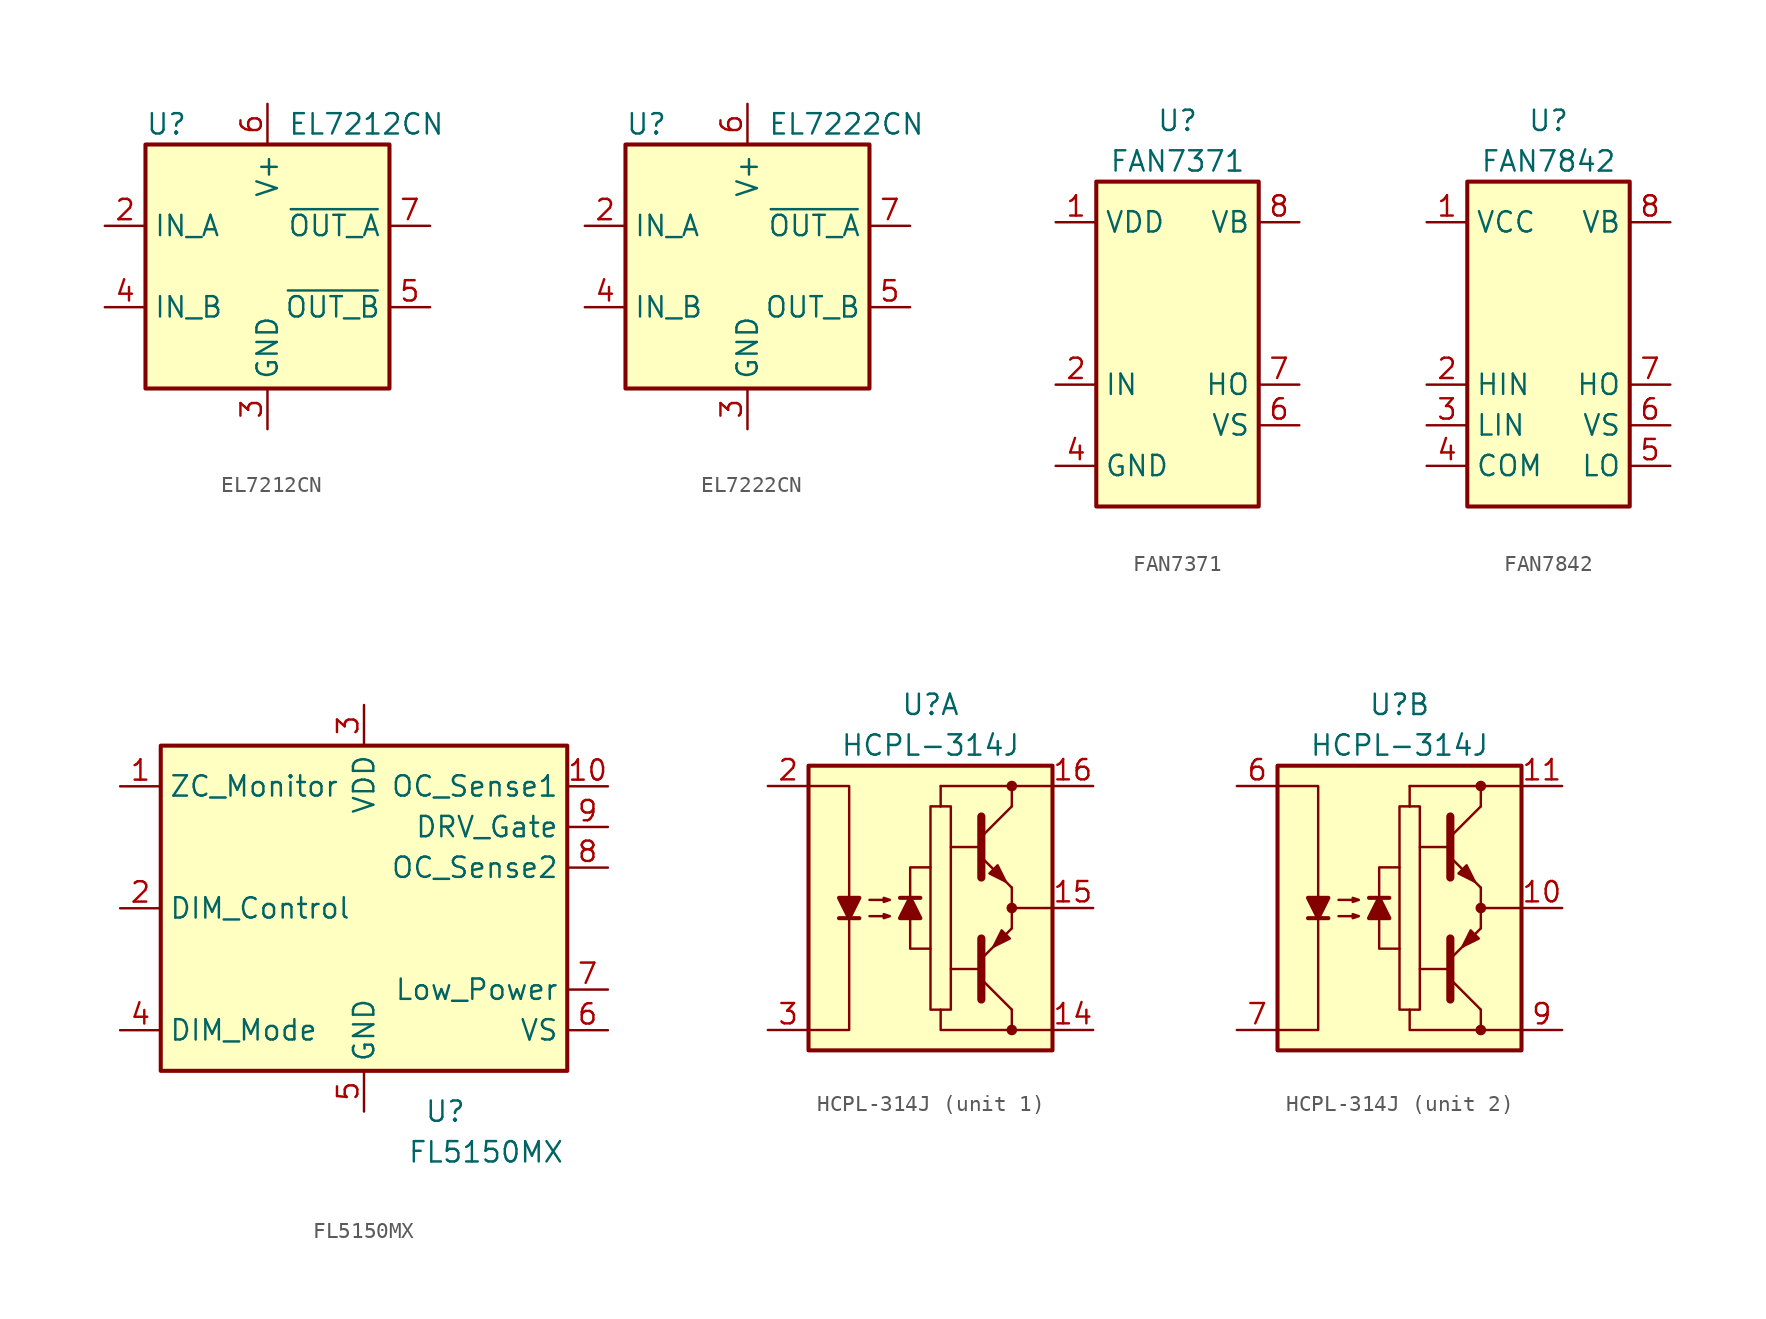
<source format=kicad_sym>
(kicad_symbol_lib
  (version 20211014)
  (generator kicad_symbol_editor)
  (symbol "EL7212CN"
    (property "Reference" "U"
      (at -7.62 8.89 0)
      (effects (font (size 1.27 1.27)) (justify left)))
    (property "Value" "EL7212CN"
      (at 1.27 8.89 0)
      (effects (font (size 1.27 1.27)) (justify left)))
    (symbol "EL7212CN_0_1"
      (rectangle (start -7.62 -7.62) (end 7.62 7.62) (stroke (width 0.254) (type default) (color 0 0 0 0)) (fill (type background))))
    (symbol "EL7212CN_1_1"
      (pin no_connect line (at -7.62 0 0) (length 2.54) hide (name "NC" (effects (font (size 1.27 1.27)))) (number "1" (effects (font (size 1.27 1.27)))))
      (pin input line (at -10.16 2.54 0) (length 2.54) (name "IN_A" (effects (font (size 1.27 1.27)))) (number "2" (effects (font (size 1.27 1.27)))))
      (pin power_in line (at 0 -10.16 90) (length 2.54) (name "GND" (effects (font (size 1.27 1.27)))) (number "3" (effects (font (size 1.27 1.27)))))
      (pin input line (at -10.16 -2.54 0) (length 2.54) (name "IN_B" (effects (font (size 1.27 1.27)))) (number "4" (effects (font (size 1.27 1.27)))))
      (pin output line (at 10.16 -2.54 180) (length 2.54) (name "~{OUT_B}" (effects (font (size 1.27 1.27)))) (number "5" (effects (font (size 1.27 1.27)))))
      (pin power_in line (at 0 10.16 270) (length 2.54) (name "V+" (effects (font (size 1.27 1.27)))) (number "6" (effects (font (size 1.27 1.27)))))
      (pin output line (at 10.16 2.54 180) (length 2.54) (name "~{OUT_A}" (effects (font (size 1.27 1.27)))) (number "7" (effects (font (size 1.27 1.27)))))
      (pin no_connect line (at 7.62 0 180) (length 2.54) hide (name "NC" (effects (font (size 1.27 1.27)))) (number "8" (effects (font (size 1.27 1.27)))))))
  (symbol "EL7222CN"
    (property "Reference" "U"
      (at -7.62 8.89 0)
      (effects (font (size 1.27 1.27)) (justify left)))
    (property "Value" "EL7222CN"
      (at 1.27 8.89 0)
      (effects (font (size 1.27 1.27)) (justify left)))
    (symbol "EL7222CN_0_1"
      (rectangle (start -7.62 -7.62) (end 7.62 7.62) (stroke (width 0.254) (type default) (color 0 0 0 0)) (fill (type background))))
    (symbol "EL7222CN_1_1"
      (pin no_connect line (at -7.62 0 0) (length 2.54) hide (name "NC" (effects (font (size 1.27 1.27)))) (number "1" (effects (font (size 1.27 1.27)))))
      (pin input line (at -10.16 2.54 0) (length 2.54) (name "IN_A" (effects (font (size 1.27 1.27)))) (number "2" (effects (font (size 1.27 1.27)))))
      (pin power_in line (at 0 -10.16 90) (length 2.54) (name "GND" (effects (font (size 1.27 1.27)))) (number "3" (effects (font (size 1.27 1.27)))))
      (pin input line (at -10.16 -2.54 0) (length 2.54) (name "IN_B" (effects (font (size 1.27 1.27)))) (number "4" (effects (font (size 1.27 1.27)))))
      (pin output line (at 10.16 -2.54 180) (length 2.54) (name "OUT_B" (effects (font (size 1.27 1.27)))) (number "5" (effects (font (size 1.27 1.27)))))
      (pin power_in line (at 0 10.16 270) (length 2.54) (name "V+" (effects (font (size 1.27 1.27)))) (number "6" (effects (font (size 1.27 1.27)))))
      (pin output line (at 10.16 2.54 180) (length 2.54) (name "~{OUT_A}" (effects (font (size 1.27 1.27)))) (number "7" (effects (font (size 1.27 1.27)))))
      (pin no_connect line (at 7.62 0 180) (length 2.54) hide (name "NC" (effects (font (size 1.27 1.27)))) (number "8" (effects (font (size 1.27 1.27)))))))
  (symbol "FAN7371"
    (property "Reference" "U"
      (at 0 13.97 0)
      (effects (font (size 1.27 1.27))))
    (property "Value" "FAN7371"
      (at 0 11.43 0)
      (effects (font (size 1.27 1.27))))
    (symbol "FAN7371_0_1"
      (rectangle (start -5.08 10.16) (end 5.08 -10.16) (stroke (width 0.254) (type default) (color 0 0 0 0)) (fill (type background))))
    (symbol "FAN7371_1_1"
      (pin power_in line (at -7.62 7.62 0) (length 2.54) (name "VDD" (effects (font (size 1.27 1.27)))) (number "1" (effects (font (size 1.27 1.27)))))
      (pin input line (at -7.62 -2.54 0) (length 2.54) (name "IN" (effects (font (size 1.27 1.27)))) (number "2" (effects (font (size 1.27 1.27)))))
      (pin no_connect line (at -5.08 -5.08 0) (length 2.54) hide (name "NC" (effects (font (size 1.27 1.27)))) (number "3" (effects (font (size 1.27 1.27)))))
      (pin power_in line (at -7.62 -7.62 0) (length 2.54) (name "GND" (effects (font (size 1.27 1.27)))) (number "4" (effects (font (size 1.27 1.27)))))
      (pin no_connect line (at 5.08 -7.62 180) (length 2.54) hide (name "NC" (effects (font (size 1.27 1.27)))) (number "5" (effects (font (size 1.27 1.27)))))
      (pin passive line (at 7.62 -5.08 180) (length 2.54) (name "VS" (effects (font (size 1.27 1.27)))) (number "6" (effects (font (size 1.27 1.27)))))
      (pin output line (at 7.62 -2.54 180) (length 2.54) (name "HO" (effects (font (size 1.27 1.27)))) (number "7" (effects (font (size 1.27 1.27)))))
      (pin passive line (at 7.62 7.62 180) (length 2.54) (name "VB" (effects (font (size 1.27 1.27)))) (number "8" (effects (font (size 1.27 1.27)))))))
  (symbol "FAN7842"
    (property "Reference" "U"
      (at 0 13.97 0)
      (effects (font (size 1.27 1.27))))
    (property "Value" "FAN7842"
      (at 0 11.43 0)
      (effects (font (size 1.27 1.27))))
    (symbol "FAN7842_0_1"
      (rectangle (start -5.08 10.16) (end 5.08 -10.16) (stroke (width 0.254) (type default) (color 0 0 0 0)) (fill (type background))))
    (symbol "FAN7842_1_1"
      (pin power_in line (at -7.62 7.62 0) (length 2.54) (name "VCC" (effects (font (size 1.27 1.27)))) (number "1" (effects (font (size 1.27 1.27)))))
      (pin input line (at -7.62 -2.54 0) (length 2.54) (name "HIN" (effects (font (size 1.27 1.27)))) (number "2" (effects (font (size 1.27 1.27)))))
      (pin input line (at -7.62 -5.08 0) (length 2.54) (name "LIN" (effects (font (size 1.27 1.27)))) (number "3" (effects (font (size 1.27 1.27)))))
      (pin power_in line (at -7.62 -7.62 0) (length 2.54) (name "COM" (effects (font (size 1.27 1.27)))) (number "4" (effects (font (size 1.27 1.27)))))
      (pin output line (at 7.62 -7.62 180) (length 2.54) (name "LO" (effects (font (size 1.27 1.27)))) (number "5" (effects (font (size 1.27 1.27)))))
      (pin passive line (at 7.62 -5.08 180) (length 2.54) (name "VS" (effects (font (size 1.27 1.27)))) (number "6" (effects (font (size 1.27 1.27)))))
      (pin output line (at 7.62 -2.54 180) (length 2.54) (name "HO" (effects (font (size 1.27 1.27)))) (number "7" (effects (font (size 1.27 1.27)))))
      (pin passive line (at 7.62 7.62 180) (length 2.54) (name "VB" (effects (font (size 1.27 1.27)))) (number "8" (effects (font (size 1.27 1.27)))))))
  (symbol "FL5150MX"
    (property "Reference" "U"
      (at 5.08 -12.7 0)
      (effects (font (size 1.27 1.27))))
    (property "Value" "FL5150MX"
      (at 7.62 -15.24 0)
      (effects (font (size 1.27 1.27))))
    (symbol "FL5150MX_0_1"
      (rectangle (start -12.7 10.16) (end 12.7 -10.16) (stroke (width 0.254) (type default) (color 0 0 0 0)) (fill (type background))))
    (symbol "FL5150MX_1_1"
      (pin input line (at -15.24 7.62 0) (length 2.54) (name "ZC_Monitor" (effects (font (size 1.27 1.27)))) (number "1" (effects (font (size 1.27 1.27)))))
      (pin input line (at 15.24 7.62 180) (length 2.54) (name "OC_Sense1" (effects (font (size 1.27 1.27)))) (number "10" (effects (font (size 1.27 1.27)))))
      (pin input line (at -15.24 0 0) (length 2.54) (name "DIM_Control" (effects (font (size 1.27 1.27)))) (number "2" (effects (font (size 1.27 1.27)))))
      (pin power_out line (at 0 12.7 270) (length 2.54) (name "VDD" (effects (font (size 1.27 1.27)))) (number "3" (effects (font (size 1.27 1.27)))))
      (pin input line (at -15.24 -7.62 0) (length 2.54) (name "DIM_Mode" (effects (font (size 1.27 1.27)))) (number "4" (effects (font (size 1.27 1.27)))))
      (pin power_out line (at 0 -12.7 90) (length 2.54) (name "GND" (effects (font (size 1.27 1.27)))) (number "5" (effects (font (size 1.27 1.27)))))
      (pin power_in line (at 15.24 -7.62 180) (length 2.54) (name "VS" (effects (font (size 1.27 1.27)))) (number "6" (effects (font (size 1.27 1.27)))))
      (pin input line (at 15.24 -5.08 180) (length 2.54) (name "Low_Power" (effects (font (size 1.27 1.27)))) (number "7" (effects (font (size 1.27 1.27)))))
      (pin input line (at 15.24 2.54 180) (length 2.54) (name "OC_Sense2" (effects (font (size 1.27 1.27)))) (number "8" (effects (font (size 1.27 1.27)))))
      (pin output line (at 15.24 5.08 180) (length 2.54) (name "DRV_Gate" (effects (font (size 1.27 1.27)))) (number "9" (effects (font (size 1.27 1.27)))))))
  (symbol "HCPL-314J"
    (pin_names hide)
    (property "Reference" "U"
      (at 0 12.7 0)
      (effects (font (size 1.27 1.27))))
    (property "Value" "HCPL-314J"
      (at 0 10.16 0)
      (effects (font (size 1.27 1.27))))
    (symbol "HCPL-314J_0_1"
      (rectangle (start -7.62 8.89) (end 7.62 -8.89) (stroke (width 0.254) (type default) (color 0 0 0 0)) (fill (type background)))
      (polyline (pts (xy -5.715 -0.635) (xy -4.445 -0.635)) (stroke (width 0.254) (type default) (color 0 0 0 0)) (fill (type none)))
      (polyline (pts (xy -0.635 0.635) (xy -1.905 0.635)) (stroke (width 0.254) (type default) (color 0 0 0 0)) (fill (type none)))
      (polyline (pts (xy 3.048 -3.81) (xy 1.27 -3.81)) (stroke (width 0) (type default) (color 0 0 0 0)) (fill (type none)))
      (polyline (pts (xy 3.048 3.81) (xy 1.27 3.81)) (stroke (width 0) (type default) (color 0 0 0 0)) (fill (type none)))
      (polyline (pts (xy 3.175 -4.445) (xy 5.08 -6.35)) (stroke (width 0) (type default) (color 0 0 0 0)) (fill (type none)))
      (polyline (pts (xy 3.175 4.445) (xy 5.08 6.35)) (stroke (width 0) (type default) (color 0 0 0 0)) (fill (type none)))
      (polyline (pts (xy 5.08 -6.35) (xy 5.08 -7.62)) (stroke (width 0) (type default) (color 0 0 0 0)) (fill (type none)))
      (polyline (pts (xy 5.08 -1.27) (xy 3.175 -3.175)) (stroke (width 0) (type default) (color 0 0 0 0)) (fill (type outline)))
      (polyline (pts (xy 5.08 0) (xy 7.62 0)) (stroke (width 0) (type default) (color 0 0 0 0)) (fill (type none)))
      (polyline (pts (xy 5.08 1.27) (xy 3.175 3.175)) (stroke (width 0) (type default) (color 0 0 0 0)) (fill (type outline)))
      (polyline (pts (xy 5.08 6.35) (xy 5.08 7.62)) (stroke (width 0) (type default) (color 0 0 0 0)) (fill (type none)))
      (polyline (pts (xy 7.62 7.62) (xy 0.635 7.62)) (stroke (width 0) (type default) (color 0 0 0 0)) (fill (type none)))
      (polyline (pts (xy -1.27 -0.635) (xy -1.27 -2.54) (xy 0 -2.54)) (stroke (width 0) (type default) (color 0 0 0 0)) (fill (type none)))
      (polyline (pts (xy -1.27 0.635) (xy -1.27 2.54) (xy 0 2.54)) (stroke (width 0) (type default) (color 0 0 0 0)) (fill (type none)))
      (polyline (pts (xy 0.635 -6.35) (xy 0.635 -7.62) (xy 7.62 -7.62)) (stroke (width 0) (type default) (color 0 0 0 0)) (fill (type none)))
      (polyline (pts (xy 3.175 -5.715) (xy 3.175 -1.905) (xy 3.175 -1.905)) (stroke (width 0.508) (type default) (color 0 0 0 0)) (fill (type none)))
      (polyline (pts (xy 3.175 5.715) (xy 3.175 1.905) (xy 3.175 1.905)) (stroke (width 0.508) (type default) (color 0 0 0 0)) (fill (type none)))
      (polyline (pts (xy -7.62 7.62) (xy -5.08 7.62) (xy -5.08 -7.62) (xy -7.62 -7.62)) (stroke (width 0) (type default) (color 0 0 0 0)) (fill (type none)))
      (polyline (pts (xy -5.08 -0.635) (xy -5.715 0.635) (xy -4.445 0.635) (xy -5.08 -0.635)) (stroke (width 0.254) (type default) (color 0 0 0 0)) (fill (type outline)))
      (polyline (pts (xy -1.27 0.635) (xy -0.635 -0.635) (xy -1.905 -0.635) (xy -1.27 0.635)) (stroke (width 0.254) (type default) (color 0 0 0 0)) (fill (type outline)))
      (polyline (pts (xy -3.81 -0.508) (xy -2.54 -0.508) (xy -2.921 -0.635) (xy -2.921 -0.381) (xy -2.54 -0.508)) (stroke (width 0) (type default) (color 0 0 0 0)) (fill (type none)))
      (polyline (pts (xy -3.81 0.508) (xy -2.54 0.508) (xy -2.921 0.381) (xy -2.921 0.635) (xy -2.54 0.508)) (stroke (width 0) (type default) (color 0 0 0 0)) (fill (type none)))
      (polyline (pts (xy 1.27 6.35) (xy 1.27 -6.35) (xy 0 -6.35) (xy 0 6.35) (xy 1.27 6.35)) (stroke (width 0) (type default) (color 0 0 0 0)) (fill (type none)))
      (polyline (pts (xy 3.683 2.159) (xy 4.191 2.667) (xy 4.699 1.651) (xy 3.683 2.159) (xy 3.683 2.159)) (stroke (width 0) (type default) (color 0 0 0 0)) (fill (type outline)))
      (polyline (pts (xy 4.953 -1.905) (xy 4.445 -1.397) (xy 3.937 -2.413) (xy 4.953 -1.905) (xy 4.953 -1.905)) (stroke (width 0) (type default) (color 0 0 0 0)) (fill (type outline)))
      (rectangle (start 0.635 6.35) (end 0.635 6.35) (stroke (width 0) (type default) (color 0 0 0 0)) (fill (type none)))
      (rectangle (start 0.635 6.35) (end 0.635 7.62) (stroke (width 0) (type default) (color 0 0 0 0)) (fill (type none)))
      (circle (center 5.08 -7.62) (radius 0.254) (stroke (width 0) (type default) (color 0 0 0 0)) (fill (type outline)))
      (circle (center 5.08 0) (radius 0.254) (stroke (width 0) (type default) (color 0 0 0 0)) (fill (type outline)))
      (rectangle (start 5.08 1.27) (end 5.08 -1.27) (stroke (width 0) (type default) (color 0 0 0 0)) (fill (type none)))
      (circle (center 5.08 7.62) (radius 0.254) (stroke (width 0) (type default) (color 0 0 0 0)) (fill (type outline))))
    (symbol "HCPL-314J_1_1"
      (pin no_connect line (at -7.62 0 0) (length 2.54) hide (name "NC" (effects (font (size 1.27 1.27)))) (number "1" (effects (font (size 1.27 1.27)))))
      (pin power_in line (at 10.16 -7.62 180) (length 2.54) (name "VEE" (effects (font (size 1.27 1.27)))) (number "14" (effects (font (size 1.27 1.27)))))
      (pin output line (at 10.16 0 180) (length 2.54) (name "VO" (effects (font (size 1.27 1.27)))) (number "15" (effects (font (size 1.27 1.27)))))
      (pin power_in line (at 10.16 7.62 180) (length 2.54) (name "VCC" (effects (font (size 1.27 1.27)))) (number "16" (effects (font (size 1.27 1.27)))))
      (pin passive line (at -10.16 7.62 0) (length 2.54) (name "A" (effects (font (size 1.27 1.27)))) (number "2" (effects (font (size 1.27 1.27)))))
      (pin passive line (at -10.16 -7.62 0) (length 2.54) (name "C" (effects (font (size 1.27 1.27)))) (number "3" (effects (font (size 1.27 1.27))))))
    (symbol "HCPL-314J_2_1"
      (pin output line (at 10.16 0 180) (length 2.54) (name "VO" (effects (font (size 1.27 1.27)))) (number "10" (effects (font (size 1.27 1.27)))))
      (pin power_in line (at 10.16 7.62 180) (length 2.54) (name "VCC" (effects (font (size 1.27 1.27)))) (number "11" (effects (font (size 1.27 1.27)))))
      (pin passive line (at -10.16 7.62 0) (length 2.54) (name "A" (effects (font (size 1.27 1.27)))) (number "6" (effects (font (size 1.27 1.27)))))
      (pin passive line (at -10.16 -7.62 0) (length 2.54) (name "C" (effects (font (size 1.27 1.27)))) (number "7" (effects (font (size 1.27 1.27)))))
      (pin no_connect line (at -7.62 0 0) (length 2.54) hide (name "NC" (effects (font (size 1.27 1.27)))) (number "8" (effects (font (size 1.27 1.27)))))
      (pin power_in line (at 10.16 -7.62 180) (length 2.54) (name "VEE" (effects (font (size 1.27 1.27)))) (number "9" (effects (font (size 1.27 1.27))))))))
</source>
